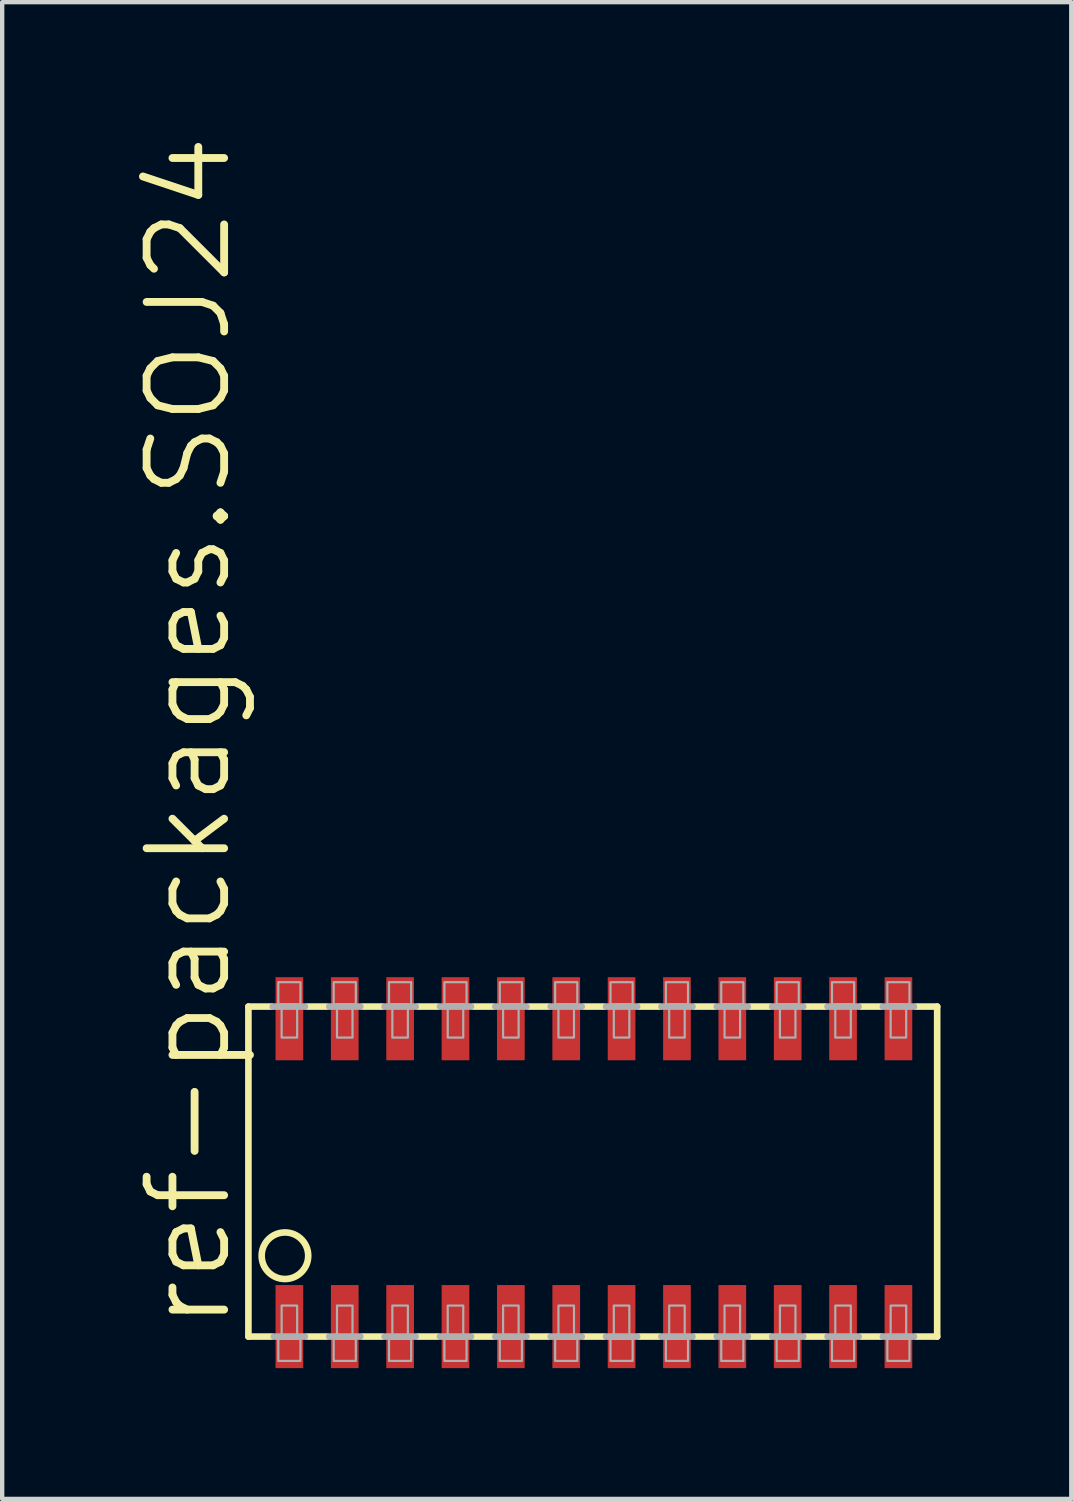
<source format=kicad_pcb>
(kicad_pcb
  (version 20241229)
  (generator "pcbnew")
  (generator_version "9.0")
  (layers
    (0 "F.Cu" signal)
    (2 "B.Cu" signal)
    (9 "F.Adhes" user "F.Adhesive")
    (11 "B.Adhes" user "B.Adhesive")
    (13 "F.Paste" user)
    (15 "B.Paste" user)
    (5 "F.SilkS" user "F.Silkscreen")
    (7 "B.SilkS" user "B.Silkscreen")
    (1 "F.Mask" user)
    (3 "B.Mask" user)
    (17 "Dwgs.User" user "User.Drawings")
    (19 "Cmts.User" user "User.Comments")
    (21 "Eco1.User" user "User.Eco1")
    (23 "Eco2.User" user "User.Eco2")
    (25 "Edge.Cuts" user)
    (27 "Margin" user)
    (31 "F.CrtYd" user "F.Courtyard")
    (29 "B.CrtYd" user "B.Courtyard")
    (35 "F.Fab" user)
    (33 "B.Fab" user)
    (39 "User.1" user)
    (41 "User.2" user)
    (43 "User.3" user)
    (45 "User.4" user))
  (footprint "ref-packages.SOJ24"
    (layer "F.Cu")
    (at 10.573 23.849)
    (property "Reference" "ref-packages.SOJ24" (at -8.255 3.683 90) (layer "F.SilkS") (effects (font (size 1.778 1.778) (thickness 0.18)) (justify left bottom)))
    (attr smd)
    (fp_line (start -7.925 -3.81) (end -7.925 3.759) (stroke (width 0.152) (type default)) (layer "F.SilkS"))
    (fp_line (start -7.925 -3.81) (end -7.391 -3.81) (stroke (width 0.152) (type default)) (layer "F.SilkS"))
    (fp_line (start -7.925 3.759) (end -7.391 3.759) (stroke (width 0.152) (type default)) (layer "F.SilkS"))
    (fp_line (start -6.579 -3.81) (end -6.121 -3.81) (stroke (width 0.152) (type default)) (layer "F.SilkS"))
    (fp_line (start -6.121 3.759) (end -6.579 3.759) (stroke (width 0.152) (type default)) (layer "F.SilkS"))
    (fp_line (start -5.309 -3.81) (end -4.851 -3.81) (stroke (width 0.152) (type default)) (layer "F.SilkS"))
    (fp_line (start -4.851 3.759) (end -5.309 3.759) (stroke (width 0.152) (type default)) (layer "F.SilkS"))
    (fp_line (start -4.039 -3.81) (end -3.581 -3.81) (stroke (width 0.152) (type default)) (layer "F.SilkS"))
    (fp_line (start -3.581 3.759) (end -4.039 3.759) (stroke (width 0.152) (type default)) (layer "F.SilkS"))
    (fp_line (start -2.769 -3.81) (end -2.311 -3.81) (stroke (width 0.152) (type default)) (layer "F.SilkS"))
    (fp_line (start -2.311 3.759) (end -2.769 3.759) (stroke (width 0.152) (type default)) (layer "F.SilkS"))
    (fp_line (start -1.499 -3.81) (end -1.041 -3.81) (stroke (width 0.152) (type default)) (layer "F.SilkS"))
    (fp_line (start -1.041 3.759) (end -1.499 3.759) (stroke (width 0.152) (type default)) (layer "F.SilkS"))
    (fp_line (start -0.229 -3.81) (end 0.229 -3.81) (stroke (width 0.152) (type default)) (layer "F.SilkS"))
    (fp_line (start 0.229 3.759) (end -0.229 3.759) (stroke (width 0.152) (type default)) (layer "F.SilkS"))
    (fp_line (start 1.041 -3.81) (end 1.499 -3.81) (stroke (width 0.152) (type default)) (layer "F.SilkS"))
    (fp_line (start 1.499 3.759) (end 1.041 3.759) (stroke (width 0.152) (type default)) (layer "F.SilkS"))
    (fp_line (start 2.311 -3.81) (end 2.769 -3.81) (stroke (width 0.152) (type default)) (layer "F.SilkS"))
    (fp_line (start 2.769 3.759) (end 2.311 3.759) (stroke (width 0.152) (type default)) (layer "F.SilkS"))
    (fp_line (start 3.581 -3.81) (end 4.039 -3.81) (stroke (width 0.152) (type default)) (layer "F.SilkS"))
    (fp_line (start 4.039 3.759) (end 3.581 3.759) (stroke (width 0.152) (type default)) (layer "F.SilkS"))
    (fp_line (start 4.851 -3.81) (end 5.309 -3.81) (stroke (width 0.152) (type default)) (layer "F.SilkS"))
    (fp_line (start 5.309 3.759) (end 4.851 3.759) (stroke (width 0.152) (type default)) (layer "F.SilkS"))
    (fp_line (start 6.121 -3.81) (end 6.579 -3.81) (stroke (width 0.152) (type default)) (layer "F.SilkS"))
    (fp_line (start 6.579 3.759) (end 6.121 3.759) (stroke (width 0.152) (type default)) (layer "F.SilkS"))
    (fp_line (start 7.874 -3.81) (end 7.391 -3.81) (stroke (width 0.152) (type default)) (layer "F.SilkS"))
    (fp_line (start 7.874 3.759) (end 7.391 3.759) (stroke (width 0.152) (type default)) (layer "F.SilkS"))
    (fp_line (start 7.874 3.759) (end 7.874 -3.81) (stroke (width 0.152) (type default)) (layer "F.SilkS"))
    (fp_circle (center -7.087 1.905) (end -6.553 1.905) (stroke (width 0.152) (type default)) (fill no) (layer "F.SilkS"))
    (fp_line (start -7.366 -3.81) (end -6.629 -3.81) (stroke (width 0.152) (type default)) (layer "F.Fab"))
    (fp_line (start -7.341 3.759) (end -6.629 3.759) (stroke (width 0.152) (type default)) (layer "F.Fab"))
    (fp_line (start -6.071 -3.81) (end -5.359 -3.81) (stroke (width 0.152) (type default)) (layer "F.Fab"))
    (fp_line (start -5.359 3.759) (end -6.071 3.759) (stroke (width 0.152) (type default)) (layer "F.Fab"))
    (fp_line (start -4.801 -3.81) (end -4.089 -3.81) (stroke (width 0.152) (type default)) (layer "F.Fab"))
    (fp_line (start -4.089 3.759) (end -4.801 3.759) (stroke (width 0.152) (type default)) (layer "F.Fab"))
    (fp_line (start -3.531 -3.81) (end -2.819 -3.81) (stroke (width 0.152) (type default)) (layer "F.Fab"))
    (fp_line (start -2.819 3.759) (end -3.531 3.759) (stroke (width 0.152) (type default)) (layer "F.Fab"))
    (fp_line (start -2.261 -3.81) (end -1.549 -3.81) (stroke (width 0.152) (type default)) (layer "F.Fab"))
    (fp_line (start -1.549 3.759) (end -2.261 3.759) (stroke (width 0.152) (type default)) (layer "F.Fab"))
    (fp_line (start -0.991 -3.81) (end -0.279 -3.81) (stroke (width 0.152) (type default)) (layer "F.Fab"))
    (fp_line (start -0.279 3.759) (end -0.991 3.759) (stroke (width 0.152) (type default)) (layer "F.Fab"))
    (fp_line (start 0.279 -3.81) (end 0.991 -3.81) (stroke (width 0.152) (type default)) (layer "F.Fab"))
    (fp_line (start 0.991 3.759) (end 0.279 3.759) (stroke (width 0.152) (type default)) (layer "F.Fab"))
    (fp_line (start 1.549 -3.81) (end 2.261 -3.81) (stroke (width 0.152) (type default)) (layer "F.Fab"))
    (fp_line (start 2.261 3.759) (end 1.549 3.759) (stroke (width 0.152) (type default)) (layer "F.Fab"))
    (fp_line (start 2.819 -3.81) (end 3.531 -3.81) (stroke (width 0.152) (type default)) (layer "F.Fab"))
    (fp_line (start 3.531 3.759) (end 2.819 3.759) (stroke (width 0.152) (type default)) (layer "F.Fab"))
    (fp_line (start 4.089 -3.81) (end 4.801 -3.81) (stroke (width 0.152) (type default)) (layer "F.Fab"))
    (fp_line (start 4.801 3.759) (end 4.089 3.759) (stroke (width 0.152) (type default)) (layer "F.Fab"))
    (fp_line (start 5.359 -3.81) (end 6.071 -3.81) (stroke (width 0.152) (type default)) (layer "F.Fab"))
    (fp_line (start 6.071 3.759) (end 5.359 3.759) (stroke (width 0.152) (type default)) (layer "F.Fab"))
    (fp_line (start 7.341 -3.81) (end 6.629 -3.81) (stroke (width 0.152) (type default)) (layer "F.Fab"))
    (fp_line (start 7.341 3.759) (end 6.629 3.759) (stroke (width 0.152) (type default)) (layer "F.Fab"))
    (fp_rect (start -7.239 -3.861) (end -6.731 -4.369) (stroke (width 0.05) (type default)) (fill no) (layer "F.Fab"))
    (fp_rect (start -7.239 4.318) (end -6.731 3.81) (stroke (width 0.05) (type default)) (fill no) (layer "F.Fab"))
    (fp_rect (start -7.163 -3.099) (end -6.807 -3.861) (stroke (width 0.05) (type default)) (fill no) (layer "F.Fab"))
    (fp_rect (start -7.163 3.81) (end -6.807 3.048) (stroke (width 0.05) (type default)) (fill no) (layer "F.Fab"))
    (fp_rect (start -5.969 -3.861) (end -5.461 -4.369) (stroke (width 0.05) (type default)) (fill no) (layer "F.Fab"))
    (fp_rect (start -5.969 4.318) (end -5.461 3.81) (stroke (width 0.05) (type default)) (fill no) (layer "F.Fab"))
    (fp_rect (start -5.893 -3.099) (end -5.537 -3.861) (stroke (width 0.05) (type default)) (fill no) (layer "F.Fab"))
    (fp_rect (start -5.893 3.81) (end -5.537 3.048) (stroke (width 0.05) (type default)) (fill no) (layer "F.Fab"))
    (fp_rect (start -4.699 -3.861) (end -4.191 -4.369) (stroke (width 0.05) (type default)) (fill no) (layer "F.Fab"))
    (fp_rect (start -4.699 4.318) (end -4.191 3.81) (stroke (width 0.05) (type default)) (fill no) (layer "F.Fab"))
    (fp_rect (start -4.623 -3.099) (end -4.267 -3.861) (stroke (width 0.05) (type default)) (fill no) (layer "F.Fab"))
    (fp_rect (start -4.623 3.81) (end -4.267 3.048) (stroke (width 0.05) (type default)) (fill no) (layer "F.Fab"))
    (fp_rect (start -3.429 -3.861) (end -2.921 -4.369) (stroke (width 0.05) (type default)) (fill no) (layer "F.Fab"))
    (fp_rect (start -3.429 4.318) (end -2.921 3.81) (stroke (width 0.05) (type default)) (fill no) (layer "F.Fab"))
    (fp_rect (start -3.353 -3.099) (end -2.997 -3.861) (stroke (width 0.05) (type default)) (fill no) (layer "F.Fab"))
    (fp_rect (start -3.353 3.81) (end -2.997 3.048) (stroke (width 0.05) (type default)) (fill no) (layer "F.Fab"))
    (fp_rect (start -2.159 -3.861) (end -1.651 -4.369) (stroke (width 0.05) (type default)) (fill no) (layer "F.Fab"))
    (fp_rect (start -2.159 4.318) (end -1.651 3.81) (stroke (width 0.05) (type default)) (fill no) (layer "F.Fab"))
    (fp_rect (start -2.083 -3.099) (end -1.727 -3.861) (stroke (width 0.05) (type default)) (fill no) (layer "F.Fab"))
    (fp_rect (start -2.083 3.81) (end -1.727 3.048) (stroke (width 0.05) (type default)) (fill no) (layer "F.Fab"))
    (fp_rect (start -0.889 -3.861) (end -0.381 -4.369) (stroke (width 0.05) (type default)) (fill no) (layer "F.Fab"))
    (fp_rect (start -0.889 4.318) (end -0.381 3.81) (stroke (width 0.05) (type default)) (fill no) (layer "F.Fab"))
    (fp_rect (start -0.813 -3.099) (end -0.457 -3.861) (stroke (width 0.05) (type default)) (fill no) (layer "F.Fab"))
    (fp_rect (start -0.813 3.81) (end -0.457 3.048) (stroke (width 0.05) (type default)) (fill no) (layer "F.Fab"))
    (fp_rect (start 0.381 -3.861) (end 0.889 -4.369) (stroke (width 0.05) (type default)) (fill no) (layer "F.Fab"))
    (fp_rect (start 0.381 4.318) (end 0.889 3.81) (stroke (width 0.05) (type default)) (fill no) (layer "F.Fab"))
    (fp_rect (start 0.457 -3.099) (end 0.813 -3.861) (stroke (width 0.05) (type default)) (fill no) (layer "F.Fab"))
    (fp_rect (start 0.457 3.81) (end 0.813 3.048) (stroke (width 0.05) (type default)) (fill no) (layer "F.Fab"))
    (fp_rect (start 1.651 -3.861) (end 2.159 -4.369) (stroke (width 0.05) (type default)) (fill no) (layer "F.Fab"))
    (fp_rect (start 1.651 4.318) (end 2.159 3.81) (stroke (width 0.05) (type default)) (fill no) (layer "F.Fab"))
    (fp_rect (start 1.727 -3.099) (end 2.083 -3.861) (stroke (width 0.05) (type default)) (fill no) (layer "F.Fab"))
    (fp_rect (start 1.727 3.81) (end 2.083 3.048) (stroke (width 0.05) (type default)) (fill no) (layer "F.Fab"))
    (fp_rect (start 2.921 -3.861) (end 3.429 -4.369) (stroke (width 0.05) (type default)) (fill no) (layer "F.Fab"))
    (fp_rect (start 2.921 4.318) (end 3.429 3.81) (stroke (width 0.05) (type default)) (fill no) (layer "F.Fab"))
    (fp_rect (start 2.997 -3.099) (end 3.353 -3.861) (stroke (width 0.05) (type default)) (fill no) (layer "F.Fab"))
    (fp_rect (start 2.997 3.81) (end 3.353 3.048) (stroke (width 0.05) (type default)) (fill no) (layer "F.Fab"))
    (fp_rect (start 4.191 -3.861) (end 4.699 -4.369) (stroke (width 0.05) (type default)) (fill no) (layer "F.Fab"))
    (fp_rect (start 4.191 4.318) (end 4.699 3.81) (stroke (width 0.05) (type default)) (fill no) (layer "F.Fab"))
    (fp_rect (start 4.267 -3.099) (end 4.623 -3.861) (stroke (width 0.05) (type default)) (fill no) (layer "F.Fab"))
    (fp_rect (start 4.267 3.81) (end 4.623 3.048) (stroke (width 0.05) (type default)) (fill no) (layer "F.Fab"))
    (fp_rect (start 5.461 -3.861) (end 5.969 -4.369) (stroke (width 0.05) (type default)) (fill no) (layer "F.Fab"))
    (fp_rect (start 5.461 4.318) (end 5.969 3.81) (stroke (width 0.05) (type default)) (fill no) (layer "F.Fab"))
    (fp_rect (start 5.537 -3.099) (end 5.893 -3.861) (stroke (width 0.05) (type default)) (fill no) (layer "F.Fab"))
    (fp_rect (start 5.537 3.81) (end 5.893 3.048) (stroke (width 0.05) (type default)) (fill no) (layer "F.Fab"))
    (fp_rect (start 6.731 -3.861) (end 7.239 -4.369) (stroke (width 0.05) (type default)) (fill no) (layer "F.Fab"))
    (fp_rect (start 6.731 4.318) (end 7.239 3.81) (stroke (width 0.05) (type default)) (fill no) (layer "F.Fab"))
    (fp_rect (start 6.807 -3.099) (end 7.163 -3.861) (stroke (width 0.05) (type default)) (fill no) (layer "F.Fab"))
    (fp_rect (start 6.807 3.81) (end 7.163 3.048) (stroke (width 0.05) (type default)) (fill no) (layer "F.Fab"))
    (pad "1" smd roundrect (at -6.985 3.531) (size 0.635 1.905) (layers "F.Cu" "F.Mask" "F.Paste") (roundrect_rratio 0.01))
    (pad "2" smd roundrect (at -5.715 3.531) (size 0.635 1.905) (layers "F.Cu" "F.Mask" "F.Paste") (roundrect_rratio 0.01))
    (pad "3" smd roundrect (at -4.445 3.531) (size 0.635 1.905) (layers "F.Cu" "F.Mask" "F.Paste") (roundrect_rratio 0.01))
    (pad "4" smd roundrect (at -3.175 3.531) (size 0.635 1.905) (layers "F.Cu" "F.Mask" "F.Paste") (roundrect_rratio 0.01))
    (pad "5" smd roundrect (at -1.905 3.531) (size 0.635 1.905) (layers "F.Cu" "F.Mask" "F.Paste") (roundrect_rratio 0.01))
    (pad "6" smd roundrect (at -0.635 3.531) (size 0.635 1.905) (layers "F.Cu" "F.Mask" "F.Paste") (roundrect_rratio 0.01))
    (pad "7" smd roundrect (at 0.635 3.531) (size 0.635 1.905) (layers "F.Cu" "F.Mask" "F.Paste") (roundrect_rratio 0.01))
    (pad "8" smd roundrect (at 1.905 3.531) (size 0.635 1.905) (layers "F.Cu" "F.Mask" "F.Paste") (roundrect_rratio 0.01))
    (pad "9" smd roundrect (at 3.175 3.531) (size 0.635 1.905) (layers "F.Cu" "F.Mask" "F.Paste") (roundrect_rratio 0.01))
    (pad "10" smd roundrect (at 4.445 3.531) (size 0.635 1.905) (layers "F.Cu" "F.Mask" "F.Paste") (roundrect_rratio 0.01))
    (pad "11" smd roundrect (at 5.715 3.531) (size 0.635 1.905) (layers "F.Cu" "F.Mask" "F.Paste") (roundrect_rratio 0.01))
    (pad "12" smd roundrect (at 6.985 3.531) (size 0.635 1.905) (layers "F.Cu" "F.Mask" "F.Paste") (roundrect_rratio 0.01))
    (pad "13" smd roundrect (at 6.985 -3.531) (size 0.635 1.905) (layers "F.Cu" "F.Mask" "F.Paste") (roundrect_rratio 0.01))
    (pad "14" smd roundrect (at 5.715 -3.531) (size 0.635 1.905) (layers "F.Cu" "F.Mask" "F.Paste") (roundrect_rratio 0.01))
    (pad "15" smd roundrect (at 4.445 -3.531) (size 0.635 1.905) (layers "F.Cu" "F.Mask" "F.Paste") (roundrect_rratio 0.01))
    (pad "16" smd roundrect (at 3.175 -3.531) (size 0.635 1.905) (layers "F.Cu" "F.Mask" "F.Paste") (roundrect_rratio 0.01))
    (pad "17" smd roundrect (at 1.905 -3.531) (size 0.635 1.905) (layers "F.Cu" "F.Mask" "F.Paste") (roundrect_rratio 0.01))
    (pad "18" smd roundrect (at 0.635 -3.531) (size 0.635 1.905) (layers "F.Cu" "F.Mask" "F.Paste") (roundrect_rratio 0.01))
    (pad "19" smd roundrect (at -0.635 -3.531) (size 0.635 1.905) (layers "F.Cu" "F.Mask" "F.Paste") (roundrect_rratio 0.01))
    (pad "20" smd roundrect (at -1.905 -3.531) (size 0.635 1.905) (layers "F.Cu" "F.Mask" "F.Paste") (roundrect_rratio 0.01))
    (pad "21" smd roundrect (at -3.175 -3.531) (size 0.635 1.905) (layers "F.Cu" "F.Mask" "F.Paste") (roundrect_rratio 0.01))
    (pad "22" smd roundrect (at -4.445 -3.531) (size 0.635 1.905) (layers "F.Cu" "F.Mask" "F.Paste") (roundrect_rratio 0.01))
    (pad "23" smd roundrect (at -5.715 -3.531) (size 0.635 1.905) (layers "F.Cu" "F.Mask" "F.Paste") (roundrect_rratio 0.01))
    (pad "24" smd roundrect (at -6.985 -3.531) (size 0.635 1.905) (layers "F.Cu" "F.Mask" "F.Paste") (roundrect_rratio 0.01)))
  (gr_rect
    (start -3 -3)
    (end 21.523 31.332)
    (stroke (width 0.1) (type default))
    (fill no)
    (layer "Edge.Cuts")))
</source>
